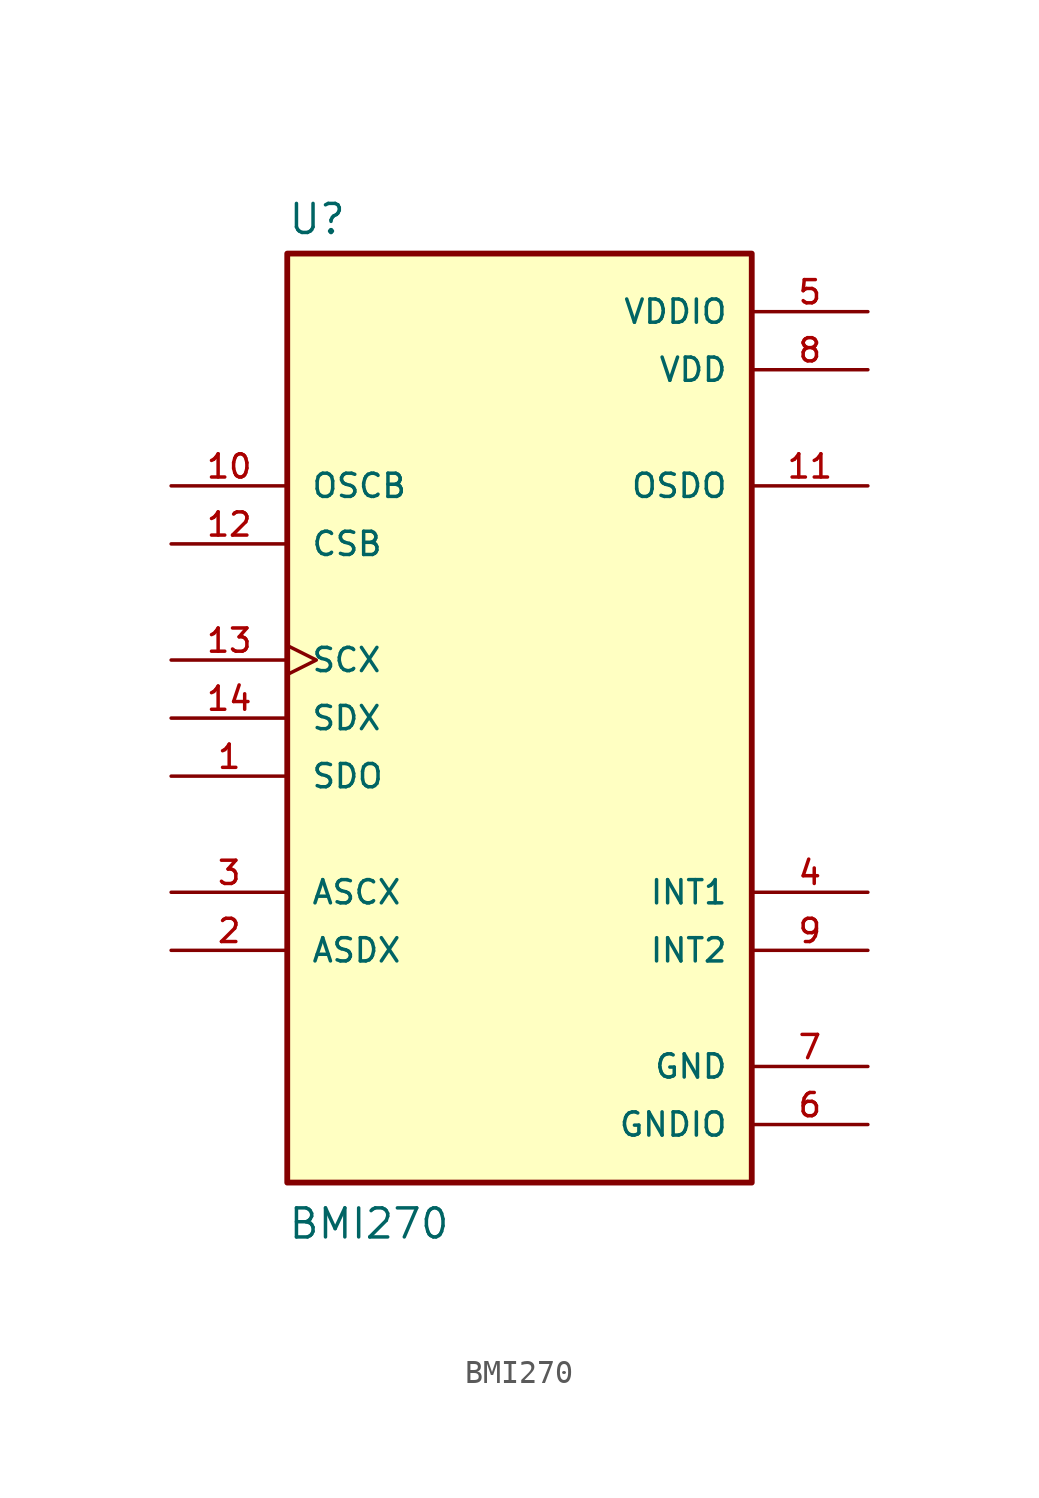
<source format=kicad_sym>
(kicad_symbol_lib
  (version 20211014)
  (generator kicad_symbol_editor)
  (symbol "BMI270"
    (pin_names
      (offset 1.016))
    (property "Reference" "U"
      (at -10.16 21.082 0)
      (effects (font (size 1.27 1.27)) (justify bottom left)))
    (property "Value" "BMI270"
      (at -10.16 -22.86 0)
      (effects (font (size 1.27 1.27)) (justify bottom left)))
    (symbol "BMI270_0_0"
      (rectangle (start -10.16 -20.32) (end 10.16 20.32) (stroke (width 0.254)) (fill (type background)))
      (pin bidirectional line (at -15.24 -2.54 0) (length 5.08) (name "SDO" (effects (font (size 1.016 1.016)))) (number "1" (effects (font (size 1.016 1.016)))))
      (pin bidirectional line (at -15.24 -10.16 0) (length 5.08) (name "ASDX" (effects (font (size 1.016 1.016)))) (number "2" (effects (font (size 1.016 1.016)))))
      (pin bidirectional line (at -15.24 -7.62 0) (length 5.08) (name "ASCX" (effects (font (size 1.016 1.016)))) (number "3" (effects (font (size 1.016 1.016)))))
      (pin bidirectional line (at 15.24 -7.62 180.0) (length 5.08) (name "INT1" (effects (font (size 1.016 1.016)))) (number "4" (effects (font (size 1.016 1.016)))))
      (pin power_in line (at 15.24 17.78 180.0) (length 5.08) (name "VDDIO" (effects (font (size 1.016 1.016)))) (number "5" (effects (font (size 1.016 1.016)))))
      (pin power_in line (at 15.24 -17.78 180.0) (length 5.08) (name "GNDIO" (effects (font (size 1.016 1.016)))) (number "6" (effects (font (size 1.016 1.016)))))
      (pin power_in line (at 15.24 -15.24 180.0) (length 5.08) (name "GND" (effects (font (size 1.016 1.016)))) (number "7" (effects (font (size 1.016 1.016)))))
      (pin power_in line (at 15.24 15.24 180.0) (length 5.08) (name "VDD" (effects (font (size 1.016 1.016)))) (number "8" (effects (font (size 1.016 1.016)))))
      (pin bidirectional line (at 15.24 -10.16 180.0) (length 5.08) (name "INT2" (effects (font (size 1.016 1.016)))) (number "9" (effects (font (size 1.016 1.016)))))
      (pin output line (at 15.24 10.16 180.0) (length 5.08) (name "OSDO" (effects (font (size 1.016 1.016)))) (number "11" (effects (font (size 1.016 1.016)))))
      (pin input line (at -15.24 7.62 0) (length 5.08) (name "CSB" (effects (font (size 1.016 1.016)))) (number "12" (effects (font (size 1.016 1.016)))))
      (pin input line (at -15.24 10.16 0) (length 5.08) (name "OSCB" (effects (font (size 1.016 1.016)))) (number "10" (effects (font (size 1.016 1.016)))))
      (pin input clock (at -15.24 2.54 0) (length 5.08) (name "SCX" (effects (font (size 1.016 1.016)))) (number "13" (effects (font (size 1.016 1.016)))))
      (pin bidirectional line (at -15.24 0.0 0) (length 5.08) (name "SDX" (effects (font (size 1.016 1.016)))) (number "14" (effects (font (size 1.016 1.016))))))))
</source>
